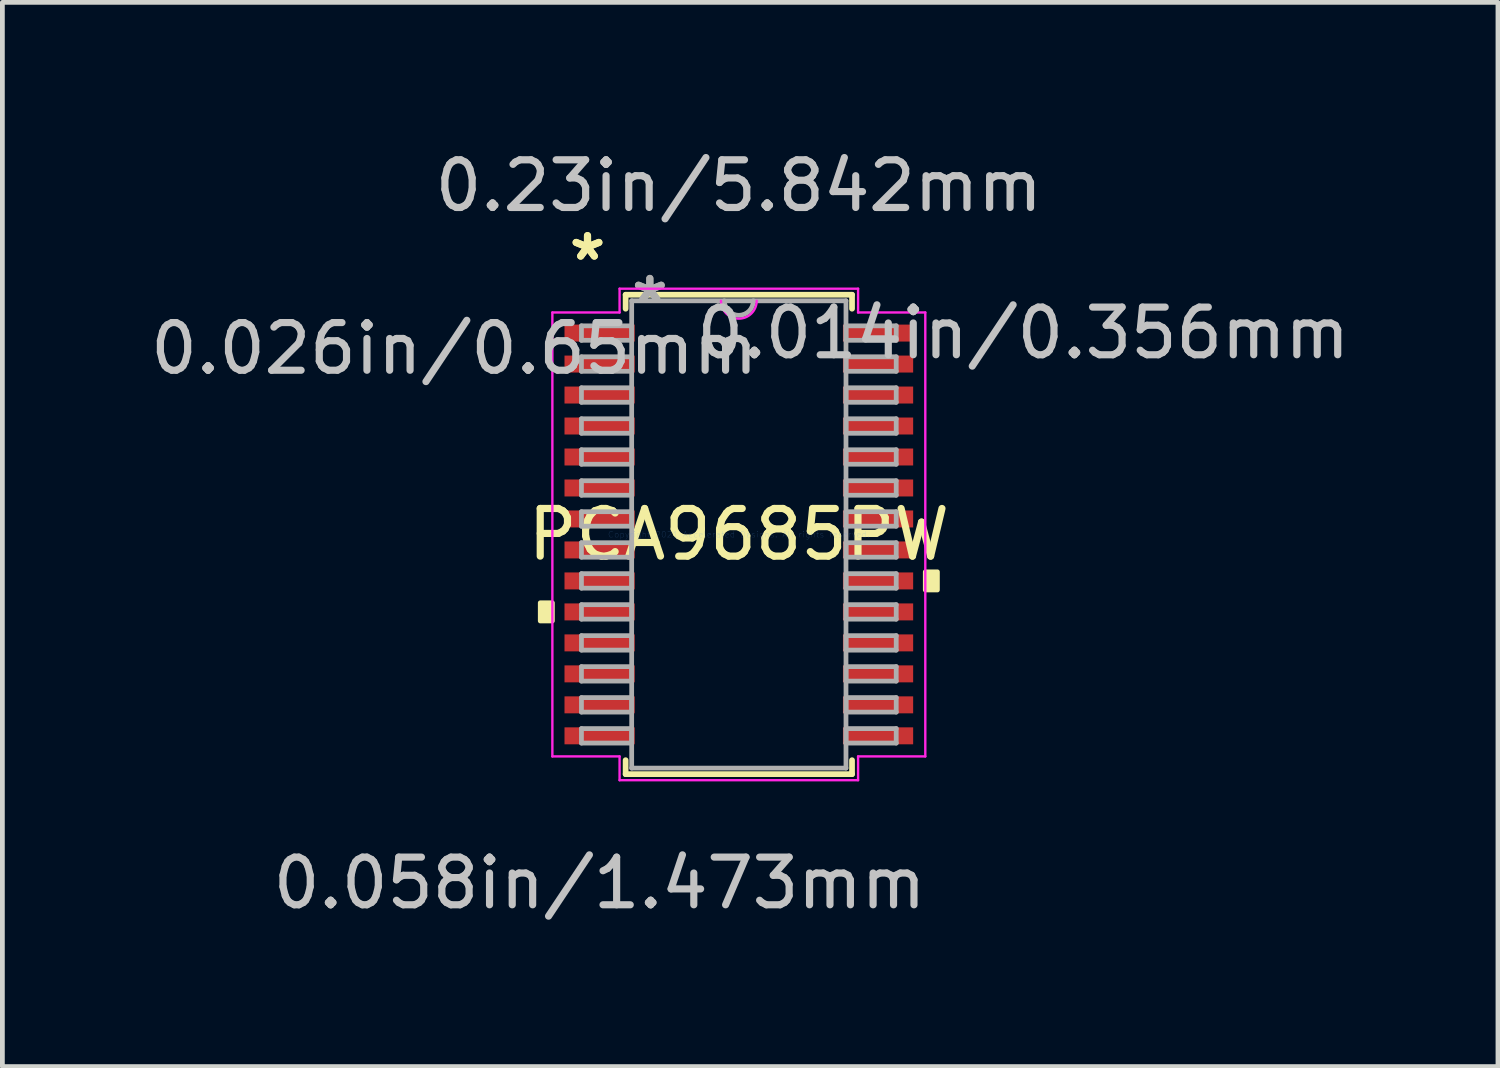
<source format=kicad_pcb>
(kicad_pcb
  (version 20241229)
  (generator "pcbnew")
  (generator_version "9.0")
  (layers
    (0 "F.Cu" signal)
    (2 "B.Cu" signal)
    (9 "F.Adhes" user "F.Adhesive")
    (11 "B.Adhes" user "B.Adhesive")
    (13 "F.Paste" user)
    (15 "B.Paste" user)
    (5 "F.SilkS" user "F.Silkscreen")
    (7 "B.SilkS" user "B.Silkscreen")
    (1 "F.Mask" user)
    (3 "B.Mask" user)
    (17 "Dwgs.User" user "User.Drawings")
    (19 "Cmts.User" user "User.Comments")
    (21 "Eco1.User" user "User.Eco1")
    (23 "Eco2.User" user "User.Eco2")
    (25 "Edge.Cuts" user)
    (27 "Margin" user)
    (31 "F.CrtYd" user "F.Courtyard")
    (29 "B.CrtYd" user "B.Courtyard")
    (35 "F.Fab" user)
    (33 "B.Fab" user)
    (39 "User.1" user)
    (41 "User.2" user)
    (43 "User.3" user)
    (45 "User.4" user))
  (footprint "PCA9685PW"
    (layer "F.Cu")
    (at 12.451 8.163)
    (property "Reference" "PCA9685PW" (at 0 0 0) (layer "F.SilkS") (effects (font (size 1 1) (thickness 0.15))))
    (attr through_hole)
    (fp_line (start -2.375 -5.029) (end -2.375 -4.736) (stroke (width 0.12) (type solid)) (layer "F.SilkS"))
    (fp_line (start -2.375 4.736) (end -2.375 5.029) (stroke (width 0.12) (type solid)) (layer "F.SilkS"))
    (fp_line (start -2.375 5.029) (end 2.375 5.029) (stroke (width 0.12) (type solid)) (layer "F.SilkS"))
    (fp_line (start 2.375 -5.029) (end -2.375 -5.029) (stroke (width 0.12) (type solid)) (layer "F.SilkS"))
    (fp_line (start 2.375 -4.736) (end 2.375 -5.029) (stroke (width 0.12) (type solid)) (layer "F.SilkS"))
    (fp_line (start 2.375 5.029) (end 2.375 4.736) (stroke (width 0.12) (type solid)) (layer "F.SilkS"))
    (fp_poly (pts (xy -4.166 1.434) (xy -4.166 1.815) (xy -3.912 1.815) (xy -3.912 1.434)) (stroke (width 0.1) (type solid)) (fill yes) (layer "F.SilkS"))
    (fp_poly (pts (xy 4.166 0.784) (xy 4.166 1.165) (xy 3.912 1.165) (xy 3.912 0.784)) (stroke (width 0.1) (type solid)) (fill yes) (layer "F.SilkS"))
    (fp_line (start -3.912 -4.657) (end -2.502 -4.657) (stroke (width 0.05) (type solid)) (layer "F.CrtYd"))
    (fp_line (start -3.912 4.657) (end -3.912 -4.657) (stroke (width 0.05) (type solid)) (layer "F.CrtYd"))
    (fp_line (start -2.502 -5.156) (end 2.502 -5.156) (stroke (width 0.05) (type solid)) (layer "F.CrtYd"))
    (fp_line (start -2.502 -4.657) (end -2.502 -5.156) (stroke (width 0.05) (type solid)) (layer "F.CrtYd"))
    (fp_line (start -2.502 4.657) (end -3.912 4.657) (stroke (width 0.05) (type solid)) (layer "F.CrtYd"))
    (fp_line (start -2.502 5.156) (end -2.502 4.657) (stroke (width 0.05) (type solid)) (layer "F.CrtYd"))
    (fp_line (start 2.502 -5.156) (end 2.502 -4.657) (stroke (width 0.05) (type solid)) (layer "F.CrtYd"))
    (fp_line (start 2.502 -4.657) (end 3.912 -4.657) (stroke (width 0.05) (type solid)) (layer "F.CrtYd"))
    (fp_line (start 2.502 4.657) (end 2.502 5.156) (stroke (width 0.05) (type solid)) (layer "F.CrtYd"))
    (fp_line (start 2.502 5.156) (end -2.502 5.156) (stroke (width 0.05) (type solid)) (layer "F.CrtYd"))
    (fp_line (start 3.912 -4.657) (end 3.912 4.657) (stroke (width 0.05) (type solid)) (layer "F.CrtYd"))
    (fp_line (start 3.912 4.657) (end 2.502 4.657) (stroke (width 0.05) (type solid)) (layer "F.CrtYd"))
    (fp_arc (start 0.37465 -4.9022) (mid 0 -4.52755) (end -0.37465 -4.9022) (stroke (width 0.05) (type solid)) (layer "F.CrtYd"))
    (fp_line (start -3.302 -4.377) (end -3.302 -4.073) (stroke (width 0.1) (type solid)) (layer "F.Fab"))
    (fp_line (start -3.302 -4.073) (end -2.248 -4.073) (stroke (width 0.1) (type solid)) (layer "F.Fab"))
    (fp_line (start -3.302 -3.727) (end -3.302 -3.423) (stroke (width 0.1) (type solid)) (layer "F.Fab"))
    (fp_line (start -3.302 -3.423) (end -2.248 -3.423) (stroke (width 0.1) (type solid)) (layer "F.Fab"))
    (fp_line (start -3.302 -3.077) (end -3.302 -2.773) (stroke (width 0.1) (type solid)) (layer "F.Fab"))
    (fp_line (start -3.302 -2.773) (end -2.248 -2.773) (stroke (width 0.1) (type solid)) (layer "F.Fab"))
    (fp_line (start -3.302 -2.427) (end -3.302 -2.123) (stroke (width 0.1) (type solid)) (layer "F.Fab"))
    (fp_line (start -3.302 -2.123) (end -2.248 -2.123) (stroke (width 0.1) (type solid)) (layer "F.Fab"))
    (fp_line (start -3.302 -1.777) (end -3.302 -1.473) (stroke (width 0.1) (type solid)) (layer "F.Fab"))
    (fp_line (start -3.302 -1.473) (end -2.248 -1.473) (stroke (width 0.1) (type solid)) (layer "F.Fab"))
    (fp_line (start -3.302 -1.127) (end -3.302 -0.823) (stroke (width 0.1) (type solid)) (layer "F.Fab"))
    (fp_line (start -3.302 -0.823) (end -2.248 -0.823) (stroke (width 0.1) (type solid)) (layer "F.Fab"))
    (fp_line (start -3.302 -0.477) (end -3.302 -0.173) (stroke (width 0.1) (type solid)) (layer "F.Fab"))
    (fp_line (start -3.302 -0.173) (end -2.248 -0.173) (stroke (width 0.1) (type solid)) (layer "F.Fab"))
    (fp_line (start -3.302 0.173) (end -3.302 0.477) (stroke (width 0.1) (type solid)) (layer "F.Fab"))
    (fp_line (start -3.302 0.477) (end -2.248 0.477) (stroke (width 0.1) (type solid)) (layer "F.Fab"))
    (fp_line (start -3.302 0.823) (end -3.302 1.127) (stroke (width 0.1) (type solid)) (layer "F.Fab"))
    (fp_line (start -3.302 1.127) (end -2.248 1.127) (stroke (width 0.1) (type solid)) (layer "F.Fab"))
    (fp_line (start -3.302 1.473) (end -3.302 1.777) (stroke (width 0.1) (type solid)) (layer "F.Fab"))
    (fp_line (start -3.302 1.777) (end -2.248 1.777) (stroke (width 0.1) (type solid)) (layer "F.Fab"))
    (fp_line (start -3.302 2.123) (end -3.302 2.427) (stroke (width 0.1) (type solid)) (layer "F.Fab"))
    (fp_line (start -3.302 2.427) (end -2.248 2.427) (stroke (width 0.1) (type solid)) (layer "F.Fab"))
    (fp_line (start -3.302 2.773) (end -3.302 3.077) (stroke (width 0.1) (type solid)) (layer "F.Fab"))
    (fp_line (start -3.302 3.077) (end -2.248 3.077) (stroke (width 0.1) (type solid)) (layer "F.Fab"))
    (fp_line (start -3.302 3.423) (end -3.302 3.727) (stroke (width 0.1) (type solid)) (layer "F.Fab"))
    (fp_line (start -3.302 3.727) (end -2.248 3.727) (stroke (width 0.1) (type solid)) (layer "F.Fab"))
    (fp_line (start -3.302 4.073) (end -3.302 4.377) (stroke (width 0.1) (type solid)) (layer "F.Fab"))
    (fp_line (start -3.302 4.377) (end -2.248 4.377) (stroke (width 0.1) (type solid)) (layer "F.Fab"))
    (fp_line (start -2.248 -4.902) (end -2.248 4.902) (stroke (width 0.1) (type solid)) (layer "F.Fab"))
    (fp_line (start -2.248 -4.377) (end -3.302 -4.377) (stroke (width 0.1) (type solid)) (layer "F.Fab"))
    (fp_line (start -2.248 -4.073) (end -2.248 -4.377) (stroke (width 0.1) (type solid)) (layer "F.Fab"))
    (fp_line (start -2.248 -3.727) (end -3.302 -3.727) (stroke (width 0.1) (type solid)) (layer "F.Fab"))
    (fp_line (start -2.248 -3.423) (end -2.248 -3.727) (stroke (width 0.1) (type solid)) (layer "F.Fab"))
    (fp_line (start -2.248 -3.077) (end -3.302 -3.077) (stroke (width 0.1) (type solid)) (layer "F.Fab"))
    (fp_line (start -2.248 -2.773) (end -2.248 -3.077) (stroke (width 0.1) (type solid)) (layer "F.Fab"))
    (fp_line (start -2.248 -2.427) (end -3.302 -2.427) (stroke (width 0.1) (type solid)) (layer "F.Fab"))
    (fp_line (start -2.248 -2.123) (end -2.248 -2.427) (stroke (width 0.1) (type solid)) (layer "F.Fab"))
    (fp_line (start -2.248 -1.777) (end -3.302 -1.777) (stroke (width 0.1) (type solid)) (layer "F.Fab"))
    (fp_line (start -2.248 -1.473) (end -2.248 -1.777) (stroke (width 0.1) (type solid)) (layer "F.Fab"))
    (fp_line (start -2.248 -1.127) (end -3.302 -1.127) (stroke (width 0.1) (type solid)) (layer "F.Fab"))
    (fp_line (start -2.248 -0.823) (end -2.248 -1.127) (stroke (width 0.1) (type solid)) (layer "F.Fab"))
    (fp_line (start -2.248 -0.477) (end -3.302 -0.477) (stroke (width 0.1) (type solid)) (layer "F.Fab"))
    (fp_line (start -2.248 -0.173) (end -2.248 -0.477) (stroke (width 0.1) (type solid)) (layer "F.Fab"))
    (fp_line (start -2.248 0.173) (end -3.302 0.173) (stroke (width 0.1) (type solid)) (layer "F.Fab"))
    (fp_line (start -2.248 0.477) (end -2.248 0.173) (stroke (width 0.1) (type solid)) (layer "F.Fab"))
    (fp_line (start -2.248 0.823) (end -3.302 0.823) (stroke (width 0.1) (type solid)) (layer "F.Fab"))
    (fp_line (start -2.248 1.127) (end -2.248 0.823) (stroke (width 0.1) (type solid)) (layer "F.Fab"))
    (fp_line (start -2.248 1.473) (end -3.302 1.473) (stroke (width 0.1) (type solid)) (layer "F.Fab"))
    (fp_line (start -2.248 1.777) (end -2.248 1.473) (stroke (width 0.1) (type solid)) (layer "F.Fab"))
    (fp_line (start -2.248 2.123) (end -3.302 2.123) (stroke (width 0.1) (type solid)) (layer "F.Fab"))
    (fp_line (start -2.248 2.427) (end -2.248 2.123) (stroke (width 0.1) (type solid)) (layer "F.Fab"))
    (fp_line (start -2.248 2.773) (end -3.302 2.773) (stroke (width 0.1) (type solid)) (layer "F.Fab"))
    (fp_line (start -2.248 3.077) (end -2.248 2.773) (stroke (width 0.1) (type solid)) (layer "F.Fab"))
    (fp_line (start -2.248 3.423) (end -3.302 3.423) (stroke (width 0.1) (type solid)) (layer "F.Fab"))
    (fp_line (start -2.248 3.727) (end -2.248 3.423) (stroke (width 0.1) (type solid)) (layer "F.Fab"))
    (fp_line (start -2.248 4.073) (end -3.302 4.073) (stroke (width 0.1) (type solid)) (layer "F.Fab"))
    (fp_line (start -2.248 4.377) (end -2.248 4.073) (stroke (width 0.1) (type solid)) (layer "F.Fab"))
    (fp_line (start -2.248 4.902) (end 2.248 4.902) (stroke (width 0.1) (type solid)) (layer "F.Fab"))
    (fp_line (start 2.248 -4.902) (end -2.248 -4.902) (stroke (width 0.1) (type solid)) (layer "F.Fab"))
    (fp_line (start 2.248 -4.377) (end 2.248 -4.073) (stroke (width 0.1) (type solid)) (layer "F.Fab"))
    (fp_line (start 2.248 -4.073) (end 3.302 -4.073) (stroke (width 0.1) (type solid)) (layer "F.Fab"))
    (fp_line (start 2.248 -3.727) (end 2.248 -3.423) (stroke (width 0.1) (type solid)) (layer "F.Fab"))
    (fp_line (start 2.248 -3.423) (end 3.302 -3.423) (stroke (width 0.1) (type solid)) (layer "F.Fab"))
    (fp_line (start 2.248 -3.077) (end 2.248 -2.773) (stroke (width 0.1) (type solid)) (layer "F.Fab"))
    (fp_line (start 2.248 -2.773) (end 3.302 -2.773) (stroke (width 0.1) (type solid)) (layer "F.Fab"))
    (fp_line (start 2.248 -2.427) (end 2.248 -2.123) (stroke (width 0.1) (type solid)) (layer "F.Fab"))
    (fp_line (start 2.248 -2.123) (end 3.302 -2.123) (stroke (width 0.1) (type solid)) (layer "F.Fab"))
    (fp_line (start 2.248 -1.777) (end 2.248 -1.473) (stroke (width 0.1) (type solid)) (layer "F.Fab"))
    (fp_line (start 2.248 -1.473) (end 3.302 -1.473) (stroke (width 0.1) (type solid)) (layer "F.Fab"))
    (fp_line (start 2.248 -1.127) (end 2.248 -0.823) (stroke (width 0.1) (type solid)) (layer "F.Fab"))
    (fp_line (start 2.248 -0.823) (end 3.302 -0.823) (stroke (width 0.1) (type solid)) (layer "F.Fab"))
    (fp_line (start 2.248 -0.477) (end 2.248 -0.173) (stroke (width 0.1) (type solid)) (layer "F.Fab"))
    (fp_line (start 2.248 -0.173) (end 3.302 -0.173) (stroke (width 0.1) (type solid)) (layer "F.Fab"))
    (fp_line (start 2.248 0.173) (end 2.248 0.477) (stroke (width 0.1) (type solid)) (layer "F.Fab"))
    (fp_line (start 2.248 0.477) (end 3.302 0.477) (stroke (width 0.1) (type solid)) (layer "F.Fab"))
    (fp_line (start 2.248 0.823) (end 2.248 1.127) (stroke (width 0.1) (type solid)) (layer "F.Fab"))
    (fp_line (start 2.248 1.127) (end 3.302 1.127) (stroke (width 0.1) (type solid)) (layer "F.Fab"))
    (fp_line (start 2.248 1.473) (end 2.248 1.777) (stroke (width 0.1) (type solid)) (layer "F.Fab"))
    (fp_line (start 2.248 1.777) (end 3.302 1.777) (stroke (width 0.1) (type solid)) (layer "F.Fab"))
    (fp_line (start 2.248 2.123) (end 2.248 2.427) (stroke (width 0.1) (type solid)) (layer "F.Fab"))
    (fp_line (start 2.248 2.427) (end 3.302 2.427) (stroke (width 0.1) (type solid)) (layer "F.Fab"))
    (fp_line (start 2.248 2.773) (end 2.248 3.077) (stroke (width 0.1) (type solid)) (layer "F.Fab"))
    (fp_line (start 2.248 3.077) (end 3.302 3.077) (stroke (width 0.1) (type solid)) (layer "F.Fab"))
    (fp_line (start 2.248 3.423) (end 2.248 3.727) (stroke (width 0.1) (type solid)) (layer "F.Fab"))
    (fp_line (start 2.248 3.727) (end 3.302 3.727) (stroke (width 0.1) (type solid)) (layer "F.Fab"))
    (fp_line (start 2.248 4.073) (end 2.248 4.377) (stroke (width 0.1) (type solid)) (layer "F.Fab"))
    (fp_line (start 2.248 4.377) (end 3.302 4.377) (stroke (width 0.1) (type solid)) (layer "F.Fab"))
    (fp_line (start 2.248 4.902) (end 2.248 -4.902) (stroke (width 0.1) (type solid)) (layer "F.Fab"))
    (fp_line (start 3.302 -4.377) (end 2.248 -4.377) (stroke (width 0.1) (type solid)) (layer "F.Fab"))
    (fp_line (start 3.302 -4.073) (end 3.302 -4.377) (stroke (width 0.1) (type solid)) (layer "F.Fab"))
    (fp_line (start 3.302 -3.727) (end 2.248 -3.727) (stroke (width 0.1) (type solid)) (layer "F.Fab"))
    (fp_line (start 3.302 -3.423) (end 3.302 -3.727) (stroke (width 0.1) (type solid)) (layer "F.Fab"))
    (fp_line (start 3.302 -3.077) (end 2.248 -3.077) (stroke (width 0.1) (type solid)) (layer "F.Fab"))
    (fp_line (start 3.302 -2.773) (end 3.302 -3.077) (stroke (width 0.1) (type solid)) (layer "F.Fab"))
    (fp_line (start 3.302 -2.427) (end 2.248 -2.427) (stroke (width 0.1) (type solid)) (layer "F.Fab"))
    (fp_line (start 3.302 -2.123) (end 3.302 -2.427) (stroke (width 0.1) (type solid)) (layer "F.Fab"))
    (fp_line (start 3.302 -1.777) (end 2.248 -1.777) (stroke (width 0.1) (type solid)) (layer "F.Fab"))
    (fp_line (start 3.302 -1.473) (end 3.302 -1.777) (stroke (width 0.1) (type solid)) (layer "F.Fab"))
    (fp_line (start 3.302 -1.127) (end 2.248 -1.127) (stroke (width 0.1) (type solid)) (layer "F.Fab"))
    (fp_line (start 3.302 -0.823) (end 3.302 -1.127) (stroke (width 0.1) (type solid)) (layer "F.Fab"))
    (fp_line (start 3.302 -0.477) (end 2.248 -0.477) (stroke (width 0.1) (type solid)) (layer "F.Fab"))
    (fp_line (start 3.302 -0.173) (end 3.302 -0.477) (stroke (width 0.1) (type solid)) (layer "F.Fab"))
    (fp_line (start 3.302 0.173) (end 2.248 0.173) (stroke (width 0.1) (type solid)) (layer "F.Fab"))
    (fp_line (start 3.302 0.477) (end 3.302 0.173) (stroke (width 0.1) (type solid)) (layer "F.Fab"))
    (fp_line (start 3.302 0.823) (end 2.248 0.823) (stroke (width 0.1) (type solid)) (layer "F.Fab"))
    (fp_line (start 3.302 1.127) (end 3.302 0.823) (stroke (width 0.1) (type solid)) (layer "F.Fab"))
    (fp_line (start 3.302 1.473) (end 2.248 1.473) (stroke (width 0.1) (type solid)) (layer "F.Fab"))
    (fp_line (start 3.302 1.777) (end 3.302 1.473) (stroke (width 0.1) (type solid)) (layer "F.Fab"))
    (fp_line (start 3.302 2.123) (end 2.248 2.123) (stroke (width 0.1) (type solid)) (layer "F.Fab"))
    (fp_line (start 3.302 2.427) (end 3.302 2.123) (stroke (width 0.1) (type solid)) (layer "F.Fab"))
    (fp_line (start 3.302 2.773) (end 2.248 2.773) (stroke (width 0.1) (type solid)) (layer "F.Fab"))
    (fp_line (start 3.302 3.077) (end 3.302 2.773) (stroke (width 0.1) (type solid)) (layer "F.Fab"))
    (fp_line (start 3.302 3.423) (end 2.248 3.423) (stroke (width 0.1) (type solid)) (layer "F.Fab"))
    (fp_line (start 3.302 3.727) (end 3.302 3.423) (stroke (width 0.1) (type solid)) (layer "F.Fab"))
    (fp_line (start 3.302 4.073) (end 2.248 4.073) (stroke (width 0.1) (type solid)) (layer "F.Fab"))
    (fp_line (start 3.302 4.377) (end 3.302 4.073) (stroke (width 0.1) (type solid)) (layer "F.Fab"))
    (fp_arc (start 0.3048 -4.9022) (mid 0 -4.5974) (end -0.3048 -4.9022) (stroke (width 0.1) (type solid)) (layer "F.Fab"))
    (fp_text user "*" (at -3.175 -5.724 0) (layer "F.SilkS") (effects (font (size 1 1) (thickness 0.15))))
    (fp_text user "*" (at -3.175 -5.724 0) (layer "F.SilkS") (effects (font (size 1 1) (thickness 0.15))))
    (fp_text user "0.014in/0.356mm" (at 5.969 -4.225 0) (layer "Dwgs.User") (effects (font (size 1 1) (thickness 0.15))))
    (fp_text user "0.058in/1.473mm" (at -2.921 7.315 0) (layer "Dwgs.User") (effects (font (size 1 1) (thickness 0.15))))
    (fp_text user "0.026in/0.65mm" (at -5.969 -3.9 0) (layer "Dwgs.User") (effects (font (size 1 1) (thickness 0.15))))
    (fp_text user "0.23in/5.842mm" (at 0 -7.315 0) (layer "Dwgs.User") (effects (font (size 1 1) (thickness 0.15))))
    (fp_text user "Copyright 2021 Accelerated Designs. All rights reserved." (at 0 0 0) (layer "Cmts.User") (effects (font (size 0.127 0.127) (thickness 0.002))))
    (fp_text user "*" (at -1.867 -4.826 0) (layer "F.Fab") (effects (font (size 1 1) (thickness 0.15))))
    (fp_text user "*" (at -1.867 -4.826 0) (layer "F.Fab") (effects (font (size 1 1) (thickness 0.15))))
    (pad "1" smd rect (at -2.921 -4.225) (size 1.473 0.356) (layers "F.Cu" "F.Mask" "F.Paste"))
    (pad "2" smd rect (at -2.921 -3.575) (size 1.473 0.356) (layers "F.Cu" "F.Mask" "F.Paste"))
    (pad "3" smd rect (at -2.921 -2.925) (size 1.473 0.356) (layers "F.Cu" "F.Mask" "F.Paste"))
    (pad "4" smd rect (at -2.921 -2.275) (size 1.473 0.356) (layers "F.Cu" "F.Mask" "F.Paste"))
    (pad "5" smd rect (at -2.921 -1.625) (size 1.473 0.356) (layers "F.Cu" "F.Mask" "F.Paste"))
    (pad "6" smd rect (at -2.921 -0.975) (size 1.473 0.356) (layers "F.Cu" "F.Mask" "F.Paste"))
    (pad "7" smd rect (at -2.921 -0.325) (size 1.473 0.356) (layers "F.Cu" "F.Mask" "F.Paste"))
    (pad "8" smd rect (at -2.921 0.325) (size 1.473 0.356) (layers "F.Cu" "F.Mask" "F.Paste"))
    (pad "9" smd rect (at -2.921 0.975) (size 1.473 0.356) (layers "F.Cu" "F.Mask" "F.Paste"))
    (pad "10" smd rect (at -2.921 1.625) (size 1.473 0.356) (layers "F.Cu" "F.Mask" "F.Paste"))
    (pad "11" smd rect (at -2.921 2.275) (size 1.473 0.356) (layers "F.Cu" "F.Mask" "F.Paste"))
    (pad "12" smd rect (at -2.921 2.925) (size 1.473 0.356) (layers "F.Cu" "F.Mask" "F.Paste"))
    (pad "13" smd rect (at -2.921 3.575) (size 1.473 0.356) (layers "F.Cu" "F.Mask" "F.Paste"))
    (pad "14" smd rect (at -2.921 4.225) (size 1.473 0.356) (layers "F.Cu" "F.Mask" "F.Paste"))
    (pad "15" smd rect (at 2.921 4.225) (size 1.473 0.356) (layers "F.Cu" "F.Mask" "F.Paste"))
    (pad "16" smd rect (at 2.921 3.575) (size 1.473 0.356) (layers "F.Cu" "F.Mask" "F.Paste"))
    (pad "17" smd rect (at 2.921 2.925) (size 1.473 0.356) (layers "F.Cu" "F.Mask" "F.Paste"))
    (pad "18" smd rect (at 2.921 2.275) (size 1.473 0.356) (layers "F.Cu" "F.Mask" "F.Paste"))
    (pad "19" smd rect (at 2.921 1.625) (size 1.473 0.356) (layers "F.Cu" "F.Mask" "F.Paste"))
    (pad "20" smd rect (at 2.921 0.975) (size 1.473 0.356) (layers "F.Cu" "F.Mask" "F.Paste"))
    (pad "21" smd rect (at 2.921 0.325) (size 1.473 0.356) (layers "F.Cu" "F.Mask" "F.Paste"))
    (pad "22" smd rect (at 2.921 -0.325) (size 1.473 0.356) (layers "F.Cu" "F.Mask" "F.Paste"))
    (pad "23" smd rect (at 2.921 -0.975) (size 1.473 0.356) (layers "F.Cu" "F.Mask" "F.Paste"))
    (pad "24" smd rect (at 2.921 -1.625) (size 1.473 0.356) (layers "F.Cu" "F.Mask" "F.Paste"))
    (pad "25" smd rect (at 2.921 -2.275) (size 1.473 0.356) (layers "F.Cu" "F.Mask" "F.Paste"))
    (pad "26" smd rect (at 2.921 -2.925) (size 1.473 0.356) (layers "F.Cu" "F.Mask" "F.Paste"))
    (pad "27" smd rect (at 2.921 -3.575) (size 1.473 0.356) (layers "F.Cu" "F.Mask" "F.Paste"))
    (pad "28" smd rect (at 2.921 -4.225) (size 1.473 0.356) (layers "F.Cu" "F.Mask" "F.Paste")))
  (gr_rect
    (start -3 -3)
    (end 28.378 19.327)
    (stroke (width 0.1) (type default))
    (fill no)
    (layer "Edge.Cuts")))
</source>
